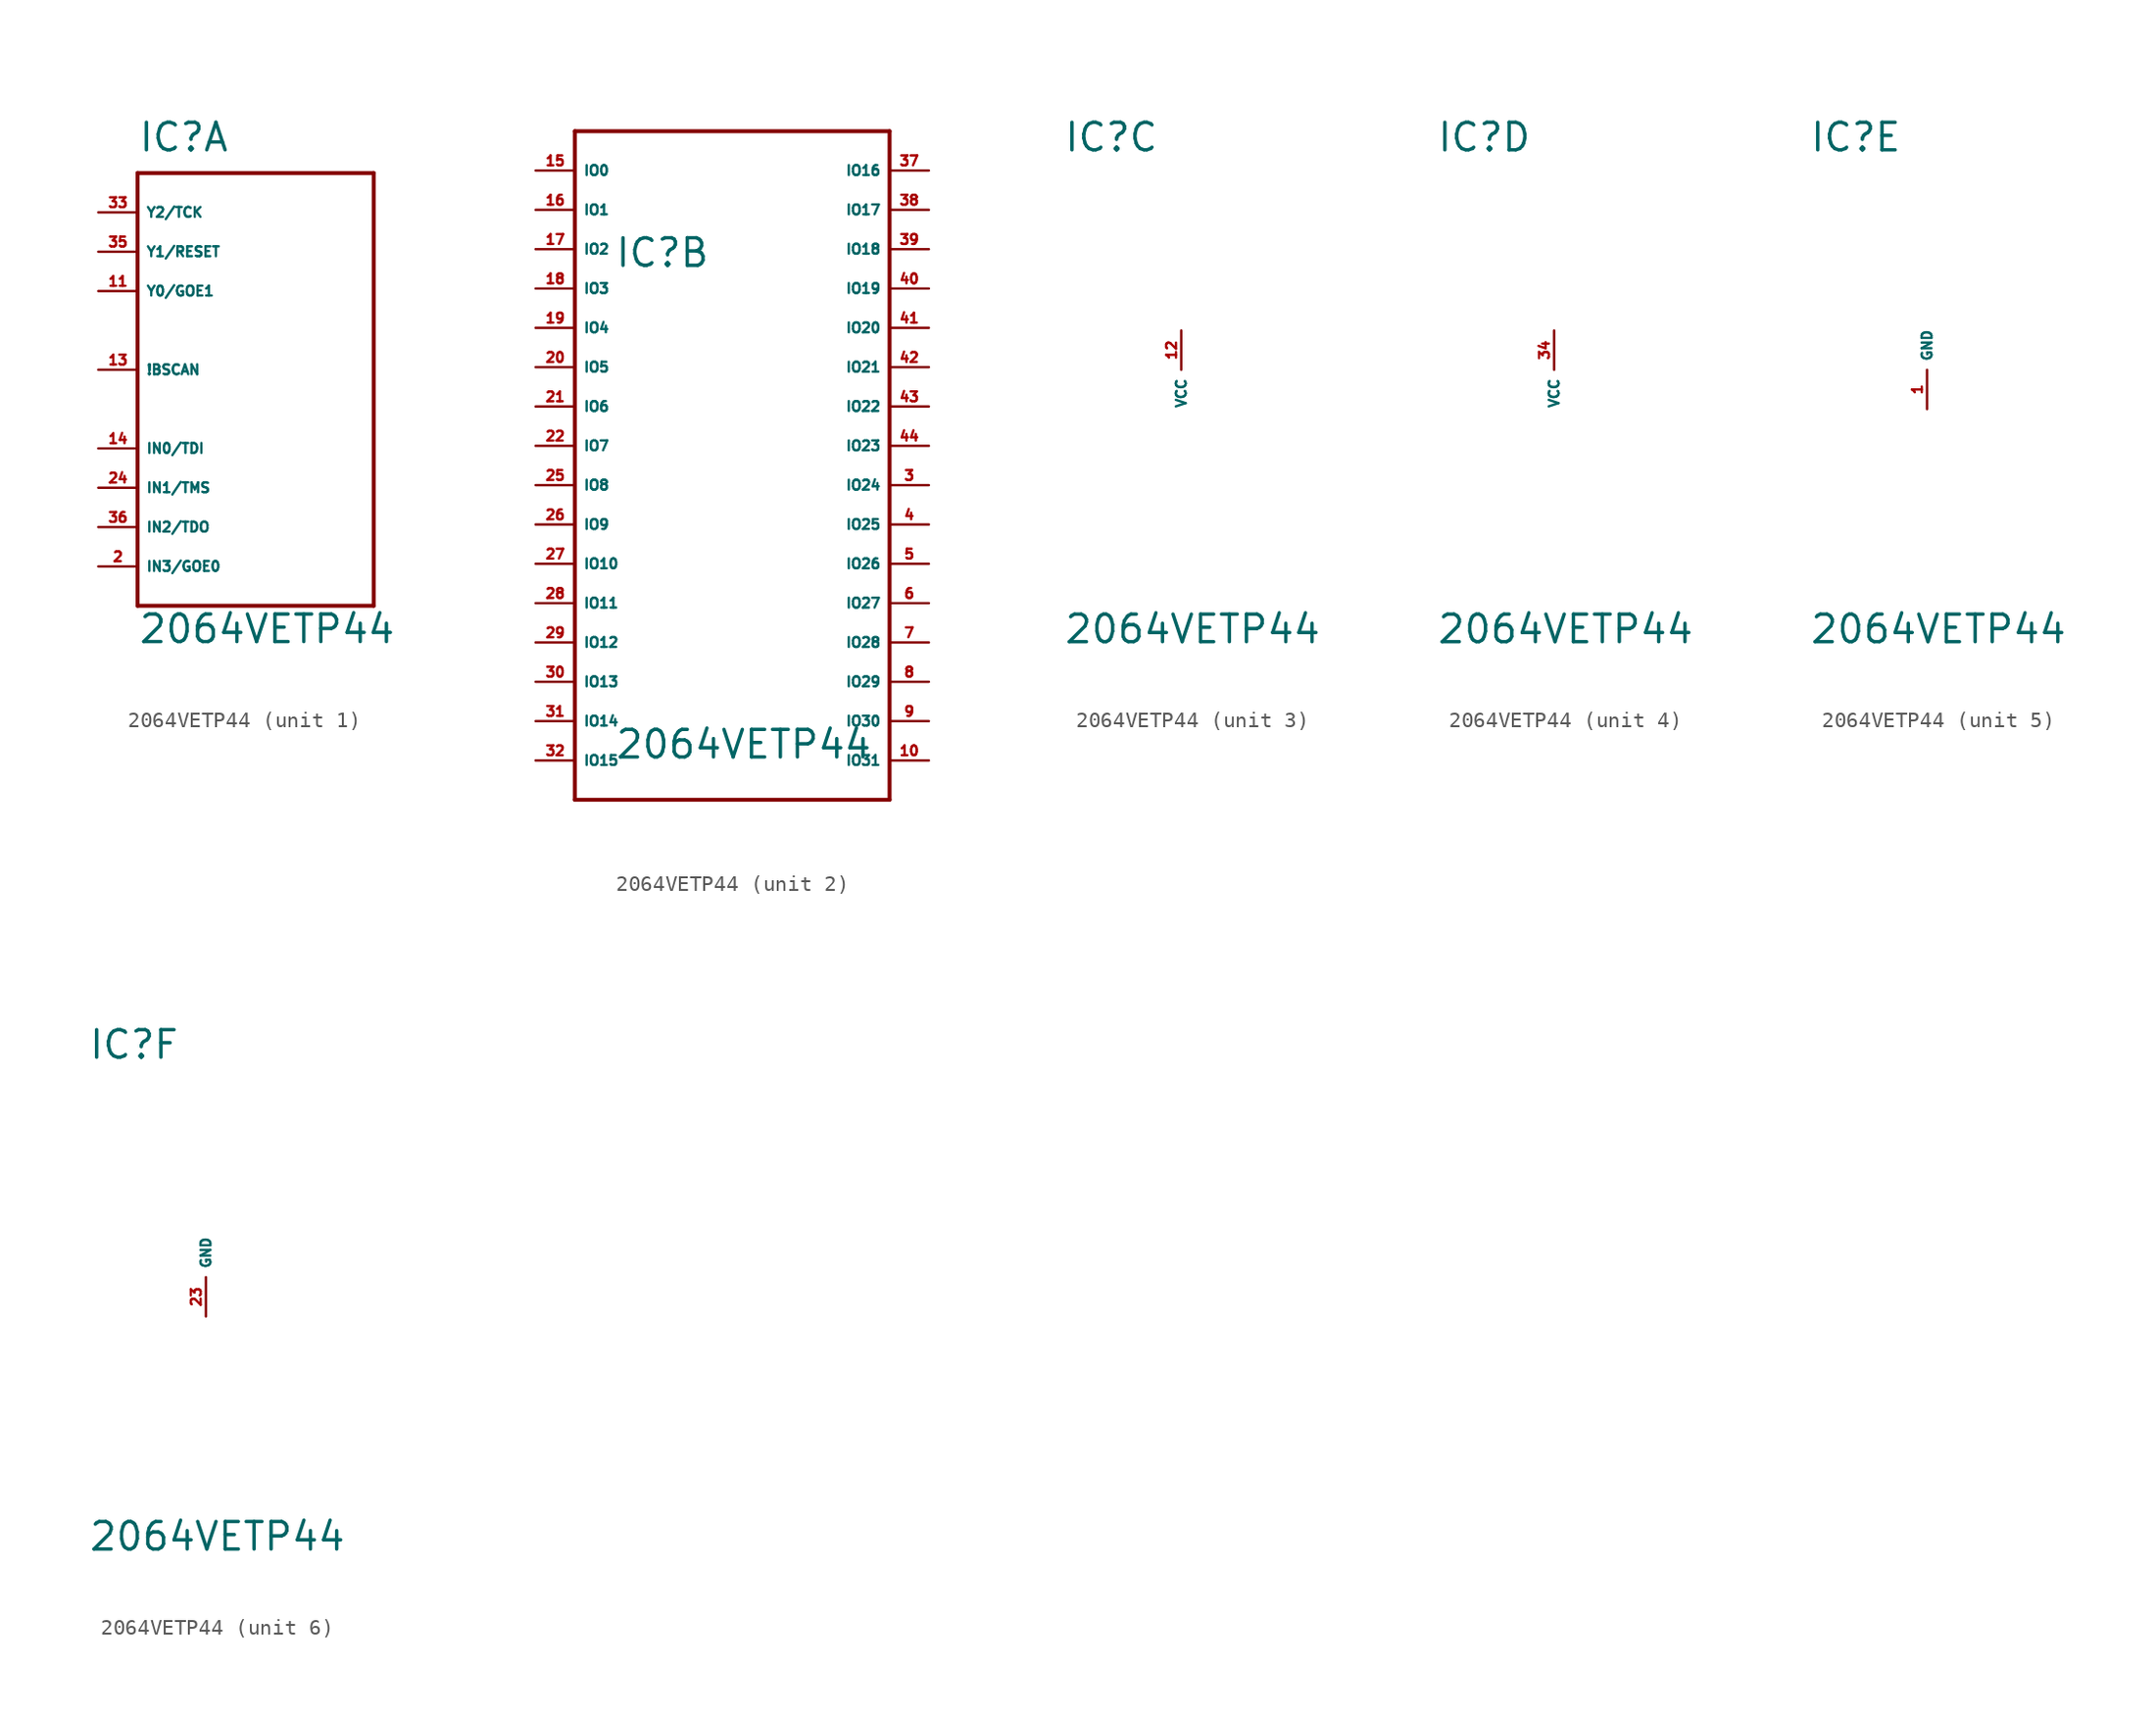
<source format=kicad_sym>
(kicad_symbol_lib
  (version 20220914)
  (generator Eagle2Kicad)
  (symbol "2064VETP44"
    (property "Reference" "IC"
      (at -7.62 13.97 0)
      (effects (font (size 1.778 1.778) (thickness 0.22)) (justify left bottom)))
    (property "Value" "2064VETP44"
      (at -7.62 -17.78 0)
      (effects (font (size 1.778 1.778) (thickness 0.22)) (justify left bottom)))
    (symbol "2064VETP44_1_0"
      (polyline (pts (xy -7.62 12.7) (xy 7.62 12.7)) (stroke (width 0.254) (type default)) (fill (type none)))
      (polyline (pts (xy 7.62 12.7) (xy 7.62 -15.24)) (stroke (width 0.254) (type default)) (fill (type none)))
      (polyline (pts (xy 7.62 -15.24) (xy -7.62 -15.24)) (stroke (width 0.254) (type default)) (fill (type none)))
      (polyline (pts (xy -7.62 -15.24) (xy -7.62 12.7)) (stroke (width 0.254) (type default)) (fill (type none)))
      (pin input line (at -10.16 7.62 0) (length 2.54) (name "Y1/RESET" (effects (font (size 0.635 0.635) (thickness 0.08)) (justify left bottom))) (number "35" (effects (font (size 0.635 0.635) (thickness 0.08)) (justify left bottom))))
      (pin input line (at -10.16 0 0) (length 2.54) (name "!BSCAN" (effects (font (size 0.635 0.635) (thickness 0.08)) (justify left bottom))) (number "13" (effects (font (size 0.635 0.635) (thickness 0.08)) (justify left bottom))))
      (pin input line (at -10.16 -12.7 0) (length 2.54) (name "IN3/GOE0" (effects (font (size 0.635 0.635) (thickness 0.08)) (justify left bottom))) (number "2" (effects (font (size 0.635 0.635) (thickness 0.08)) (justify left bottom))))
      (pin input line (at -10.16 5.08 0) (length 2.54) (name "Y0/GOE1" (effects (font (size 0.635 0.635) (thickness 0.08)) (justify left bottom))) (number "11" (effects (font (size 0.635 0.635) (thickness 0.08)) (justify left bottom))))
      (pin input line (at -10.16 -10.16 0) (length 2.54) (name "IN2/TDO" (effects (font (size 0.635 0.635) (thickness 0.08)) (justify left bottom))) (number "36" (effects (font (size 0.635 0.635) (thickness 0.08)) (justify left bottom))))
      (pin input line (at -10.16 10.16 0) (length 2.54) (name "Y2/TCK" (effects (font (size 0.635 0.635) (thickness 0.08)) (justify left bottom))) (number "33" (effects (font (size 0.635 0.635) (thickness 0.08)) (justify left bottom))))
      (pin input line (at -10.16 -5.08 0) (length 2.54) (name "IN0/TDI" (effects (font (size 0.635 0.635) (thickness 0.08)) (justify left bottom))) (number "14" (effects (font (size 0.635 0.635) (thickness 0.08)) (justify left bottom))))
      (pin input line (at -10.16 -7.62 0) (length 2.54) (name "IN1/TMS" (effects (font (size 0.635 0.635) (thickness 0.08)) (justify left bottom))) (number "24" (effects (font (size 0.635 0.635) (thickness 0.08)) (justify left bottom)))))
    (symbol "2064VETP44_2_0"
      (polyline (pts (xy -10.16 22.86) (xy 10.16 22.86)) (stroke (width 0.254) (type default)) (fill (type none)))
      (polyline (pts (xy 10.16 22.86) (xy 10.16 -20.32)) (stroke (width 0.254) (type default)) (fill (type none)))
      (polyline (pts (xy 10.16 -20.32) (xy -10.16 -20.32)) (stroke (width 0.254) (type default)) (fill (type none)))
      (polyline (pts (xy -10.16 -20.32) (xy -10.16 22.86)) (stroke (width 0.254) (type default)) (fill (type none)))
      (pin bidirectional line (at -12.7 20.32 0) (length 2.54) (name "IO0" (effects (font (size 0.635 0.635) (thickness 0.08)) (justify left bottom))) (number "15" (effects (font (size 0.635 0.635) (thickness 0.08)) (justify left bottom))))
      (pin bidirectional line (at -12.7 17.78 0) (length 2.54) (name "IO1" (effects (font (size 0.635 0.635) (thickness 0.08)) (justify left bottom))) (number "16" (effects (font (size 0.635 0.635) (thickness 0.08)) (justify left bottom))))
      (pin bidirectional line (at -12.7 15.24 0) (length 2.54) (name "IO2" (effects (font (size 0.635 0.635) (thickness 0.08)) (justify left bottom))) (number "17" (effects (font (size 0.635 0.635) (thickness 0.08)) (justify left bottom))))
      (pin bidirectional line (at -12.7 12.7 0) (length 2.54) (name "IO3" (effects (font (size 0.635 0.635) (thickness 0.08)) (justify left bottom))) (number "18" (effects (font (size 0.635 0.635) (thickness 0.08)) (justify left bottom))))
      (pin bidirectional line (at -12.7 10.16 0) (length 2.54) (name "IO4" (effects (font (size 0.635 0.635) (thickness 0.08)) (justify left bottom))) (number "19" (effects (font (size 0.635 0.635) (thickness 0.08)) (justify left bottom))))
      (pin bidirectional line (at -12.7 7.62 0) (length 2.54) (name "IO5" (effects (font (size 0.635 0.635) (thickness 0.08)) (justify left bottom))) (number "20" (effects (font (size 0.635 0.635) (thickness 0.08)) (justify left bottom))))
      (pin bidirectional line (at -12.7 5.08 0) (length 2.54) (name "IO6" (effects (font (size 0.635 0.635) (thickness 0.08)) (justify left bottom))) (number "21" (effects (font (size 0.635 0.635) (thickness 0.08)) (justify left bottom))))
      (pin bidirectional line (at -12.7 2.54 0) (length 2.54) (name "IO7" (effects (font (size 0.635 0.635) (thickness 0.08)) (justify left bottom))) (number "22" (effects (font (size 0.635 0.635) (thickness 0.08)) (justify left bottom))))
      (pin bidirectional line (at -12.7 0 0) (length 2.54) (name "IO8" (effects (font (size 0.635 0.635) (thickness 0.08)) (justify left bottom))) (number "25" (effects (font (size 0.635 0.635) (thickness 0.08)) (justify left bottom))))
      (pin bidirectional line (at -12.7 -2.54 0) (length 2.54) (name "IO9" (effects (font (size 0.635 0.635) (thickness 0.08)) (justify left bottom))) (number "26" (effects (font (size 0.635 0.635) (thickness 0.08)) (justify left bottom))))
      (pin bidirectional line (at -12.7 -5.08 0) (length 2.54) (name "IO10" (effects (font (size 0.635 0.635) (thickness 0.08)) (justify left bottom))) (number "27" (effects (font (size 0.635 0.635) (thickness 0.08)) (justify left bottom))))
      (pin bidirectional line (at -12.7 -7.62 0) (length 2.54) (name "IO11" (effects (font (size 0.635 0.635) (thickness 0.08)) (justify left bottom))) (number "28" (effects (font (size 0.635 0.635) (thickness 0.08)) (justify left bottom))))
      (pin bidirectional line (at -12.7 -10.16 0) (length 2.54) (name "IO12" (effects (font (size 0.635 0.635) (thickness 0.08)) (justify left bottom))) (number "29" (effects (font (size 0.635 0.635) (thickness 0.08)) (justify left bottom))))
      (pin bidirectional line (at -12.7 -12.7 0) (length 2.54) (name "IO13" (effects (font (size 0.635 0.635) (thickness 0.08)) (justify left bottom))) (number "30" (effects (font (size 0.635 0.635) (thickness 0.08)) (justify left bottom))))
      (pin bidirectional line (at -12.7 -15.24 0) (length 2.54) (name "IO14" (effects (font (size 0.635 0.635) (thickness 0.08)) (justify left bottom))) (number "31" (effects (font (size 0.635 0.635) (thickness 0.08)) (justify left bottom))))
      (pin bidirectional line (at -12.7 -17.78 0) (length 2.54) (name "IO15" (effects (font (size 0.635 0.635) (thickness 0.08)) (justify left bottom))) (number "32" (effects (font (size 0.635 0.635) (thickness 0.08)) (justify left bottom))))
      (pin bidirectional line (at 12.7 20.32 180) (length 2.54) (name "IO16" (effects (font (size 0.635 0.635) (thickness 0.08)) (justify left bottom))) (number "37" (effects (font (size 0.635 0.635) (thickness 0.08)) (justify left bottom))))
      (pin bidirectional line (at 12.7 17.78 180) (length 2.54) (name "IO17" (effects (font (size 0.635 0.635) (thickness 0.08)) (justify left bottom))) (number "38" (effects (font (size 0.635 0.635) (thickness 0.08)) (justify left bottom))))
      (pin bidirectional line (at 12.7 15.24 180) (length 2.54) (name "IO18" (effects (font (size 0.635 0.635) (thickness 0.08)) (justify left bottom))) (number "39" (effects (font (size 0.635 0.635) (thickness 0.08)) (justify left bottom))))
      (pin bidirectional line (at 12.7 12.7 180) (length 2.54) (name "IO19" (effects (font (size 0.635 0.635) (thickness 0.08)) (justify left bottom))) (number "40" (effects (font (size 0.635 0.635) (thickness 0.08)) (justify left bottom))))
      (pin bidirectional line (at 12.7 10.16 180) (length 2.54) (name "IO20" (effects (font (size 0.635 0.635) (thickness 0.08)) (justify left bottom))) (number "41" (effects (font (size 0.635 0.635) (thickness 0.08)) (justify left bottom))))
      (pin bidirectional line (at 12.7 7.62 180) (length 2.54) (name "IO21" (effects (font (size 0.635 0.635) (thickness 0.08)) (justify left bottom))) (number "42" (effects (font (size 0.635 0.635) (thickness 0.08)) (justify left bottom))))
      (pin bidirectional line (at 12.7 5.08 180) (length 2.54) (name "IO22" (effects (font (size 0.635 0.635) (thickness 0.08)) (justify left bottom))) (number "43" (effects (font (size 0.635 0.635) (thickness 0.08)) (justify left bottom))))
      (pin bidirectional line (at 12.7 2.54 180) (length 2.54) (name "IO23" (effects (font (size 0.635 0.635) (thickness 0.08)) (justify left bottom))) (number "44" (effects (font (size 0.635 0.635) (thickness 0.08)) (justify left bottom))))
      (pin bidirectional line (at 12.7 0 180) (length 2.54) (name "IO24" (effects (font (size 0.635 0.635) (thickness 0.08)) (justify left bottom))) (number "3" (effects (font (size 0.635 0.635) (thickness 0.08)) (justify left bottom))))
      (pin bidirectional line (at 12.7 -2.54 180) (length 2.54) (name "IO25" (effects (font (size 0.635 0.635) (thickness 0.08)) (justify left bottom))) (number "4" (effects (font (size 0.635 0.635) (thickness 0.08)) (justify left bottom))))
      (pin bidirectional line (at 12.7 -5.08 180) (length 2.54) (name "IO26" (effects (font (size 0.635 0.635) (thickness 0.08)) (justify left bottom))) (number "5" (effects (font (size 0.635 0.635) (thickness 0.08)) (justify left bottom))))
      (pin bidirectional line (at 12.7 -7.62 180) (length 2.54) (name "IO27" (effects (font (size 0.635 0.635) (thickness 0.08)) (justify left bottom))) (number "6" (effects (font (size 0.635 0.635) (thickness 0.08)) (justify left bottom))))
      (pin bidirectional line (at 12.7 -10.16 180) (length 2.54) (name "IO28" (effects (font (size 0.635 0.635) (thickness 0.08)) (justify left bottom))) (number "7" (effects (font (size 0.635 0.635) (thickness 0.08)) (justify left bottom))))
      (pin bidirectional line (at 12.7 -12.7 180) (length 2.54) (name "IO29" (effects (font (size 0.635 0.635) (thickness 0.08)) (justify left bottom))) (number "8" (effects (font (size 0.635 0.635) (thickness 0.08)) (justify left bottom))))
      (pin bidirectional line (at 12.7 -15.24 180) (length 2.54) (name "IO30" (effects (font (size 0.635 0.635) (thickness 0.08)) (justify left bottom))) (number "9" (effects (font (size 0.635 0.635) (thickness 0.08)) (justify left bottom))))
      (pin bidirectional line (at 12.7 -17.78 180) (length 2.54) (name "IO31" (effects (font (size 0.635 0.635) (thickness 0.08)) (justify left bottom))) (number "10" (effects (font (size 0.635 0.635) (thickness 0.08)) (justify left bottom)))))
    (symbol "2064VETP44_3_0"
      (pin unspecified line (at 0 2.54 270) (length 2.54) (name "VCC" (effects (font (size 0.635 0.635) (thickness 0.08)) (justify left bottom))) (number "12" (effects (font (size 0.635 0.635) (thickness 0.08)) (justify left bottom)))))
    (symbol "2064VETP44_4_0"
      (pin unspecified line (at 0 2.54 270) (length 2.54) (name "VCC" (effects (font (size 0.635 0.635) (thickness 0.08)) (justify left bottom))) (number "34" (effects (font (size 0.635 0.635) (thickness 0.08)) (justify left bottom)))))
    (symbol "2064VETP44_5_0"
      (pin unspecified line (at 0 -2.54 90) (length 2.54) (name "GND" (effects (font (size 0.635 0.635) (thickness 0.08)) (justify left bottom))) (number "1" (effects (font (size 0.635 0.635) (thickness 0.08)) (justify left bottom)))))
    (symbol "2064VETP44_6_0"
      (pin unspecified line (at 0 -2.54 90) (length 2.54) (name "GND" (effects (font (size 0.635 0.635) (thickness 0.08)) (justify left bottom))) (number "23" (effects (font (size 0.635 0.635) (thickness 0.08)) (justify left bottom)))))))
</source>
